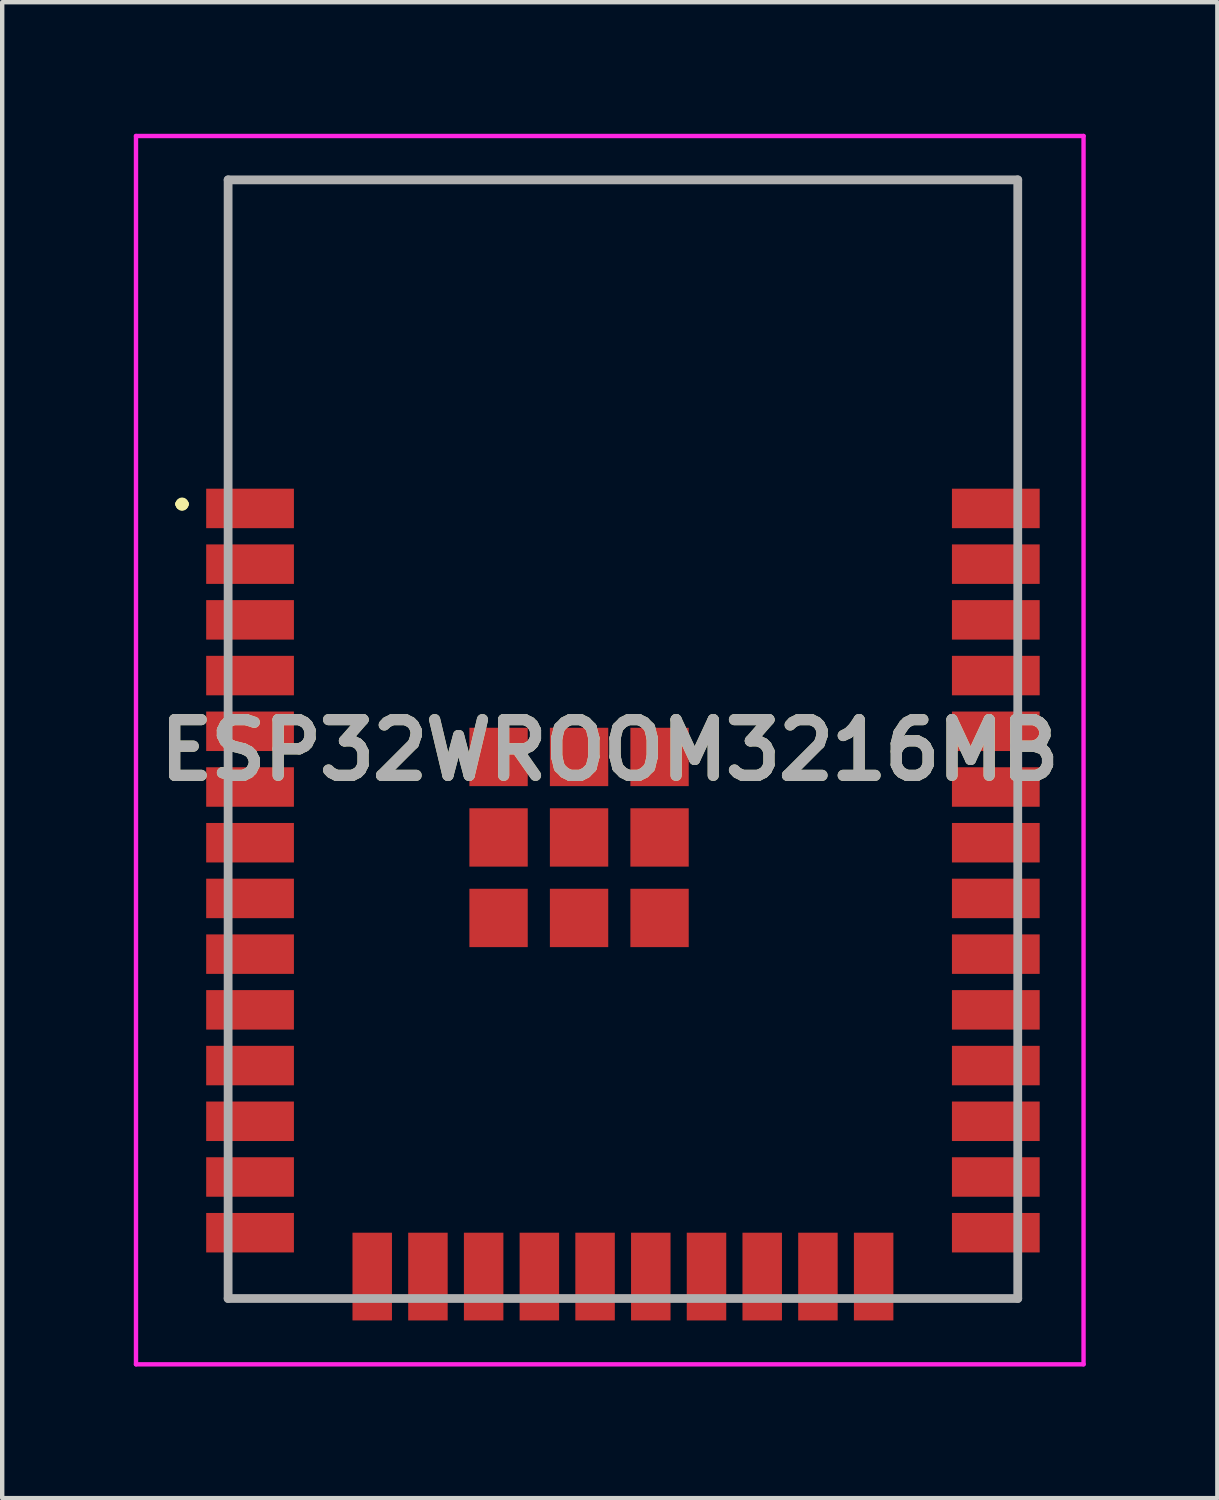
<source format=kicad_pcb>
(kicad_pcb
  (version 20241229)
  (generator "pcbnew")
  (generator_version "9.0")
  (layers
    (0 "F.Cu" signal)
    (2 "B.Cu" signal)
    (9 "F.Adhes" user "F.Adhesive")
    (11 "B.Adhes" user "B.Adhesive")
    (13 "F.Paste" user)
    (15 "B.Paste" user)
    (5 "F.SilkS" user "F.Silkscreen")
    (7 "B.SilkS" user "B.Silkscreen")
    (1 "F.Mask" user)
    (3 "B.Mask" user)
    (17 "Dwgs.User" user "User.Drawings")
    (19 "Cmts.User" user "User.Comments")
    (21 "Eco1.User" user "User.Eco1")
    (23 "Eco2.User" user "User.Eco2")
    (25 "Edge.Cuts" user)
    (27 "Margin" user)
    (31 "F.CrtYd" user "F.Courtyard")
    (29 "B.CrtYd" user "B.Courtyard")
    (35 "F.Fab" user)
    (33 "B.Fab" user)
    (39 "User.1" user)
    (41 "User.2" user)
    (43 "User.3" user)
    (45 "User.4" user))
  (footprint "ESP32WROOM3216MB"
    (layer "F.Cu")
    (at 11.15 13.8)
    (property "Reference" "ESP32WROOM3216MB" (at -0.3 0.25 0) (layer "F.SilkS") (effects (font (size 1.27 1.27) (thickness 0.254))))
    (attr smd)
    (fp_line (start -10.1 -5.36) (end -10.1 -5.36) (stroke (width 0.2) (type solid)) (layer "F.SilkS"))
    (fp_line (start -10.1 -5.36) (end -10.1 -5.36) (stroke (width 0.2) (type solid)) (layer "F.SilkS"))
    (fp_line (start -10 -5.36) (end -10 -5.36) (stroke (width 0.2) (type solid)) (layer "F.SilkS"))
    (fp_line (start -9 -12.75) (end -9 -12.75) (stroke (width 0.1) (type solid)) (layer "F.SilkS"))
    (fp_line (start -9 -12.75) (end -9 -12.75) (stroke (width 0.1) (type solid)) (layer "F.SilkS"))
    (fp_line (start -9 -12.75) (end -9 -6.25) (stroke (width 0.1) (type solid)) (layer "F.SilkS"))
    (fp_line (start -9 -12.75) (end 9 -12.75) (stroke (width 0.1) (type solid)) (layer "F.SilkS"))
    (fp_line (start -9 -6.25) (end -9 -12.75) (stroke (width 0.1) (type solid)) (layer "F.SilkS"))
    (fp_line (start -9 -6.25) (end -9 -6.25) (stroke (width 0.1) (type solid)) (layer "F.SilkS"))
    (fp_line (start -9 12.75) (end -9 12.75) (stroke (width 0.1) (type solid)) (layer "F.SilkS"))
    (fp_line (start -9 12.75) (end -6.75 12.75) (stroke (width 0.1) (type solid)) (layer "F.SilkS"))
    (fp_line (start -6.75 12.75) (end -9 12.75) (stroke (width 0.1) (type solid)) (layer "F.SilkS"))
    (fp_line (start -6.75 12.75) (end -6.75 12.75) (stroke (width 0.1) (type solid)) (layer "F.SilkS"))
    (fp_line (start 6.75 12.75) (end 6.75 12.75) (stroke (width 0.1) (type solid)) (layer "F.SilkS"))
    (fp_line (start 6.75 12.75) (end 9 12.75) (stroke (width 0.1) (type solid)) (layer "F.SilkS"))
    (fp_line (start 9 -12.75) (end -9 -12.75) (stroke (width 0.1) (type solid)) (layer "F.SilkS"))
    (fp_line (start 9 -12.75) (end 9 -12.75) (stroke (width 0.1) (type solid)) (layer "F.SilkS"))
    (fp_line (start 9 -12.75) (end 9 -12.75) (stroke (width 0.1) (type solid)) (layer "F.SilkS"))
    (fp_line (start 9 -12.75) (end 9 -6.5) (stroke (width 0.1) (type solid)) (layer "F.SilkS"))
    (fp_line (start 9 -6.5) (end 9 -12.75) (stroke (width 0.1) (type solid)) (layer "F.SilkS"))
    (fp_line (start 9 -6.5) (end 9 -6.5) (stroke (width 0.1) (type solid)) (layer "F.SilkS"))
    (fp_line (start 9 12.75) (end 6.75 12.75) (stroke (width 0.1) (type solid)) (layer "F.SilkS"))
    (fp_line (start 9 12.75) (end 9 12.75) (stroke (width 0.1) (type solid)) (layer "F.SilkS"))
    (fp_arc (start -10.1 -5.36) (mid -10.05 -5.41) (end -10 -5.36) (stroke (width 0.2) (type solid)) (layer "F.SilkS"))
    (fp_arc (start -10 -5.36) (mid -10.05 -5.31) (end -10.1 -5.36) (stroke (width 0.2) (type solid)) (layer "F.SilkS"))
    (fp_arc (start -10 -5.36) (mid -10.05 -5.31) (end -10.1 -5.36) (stroke (width 0.2) (type solid)) (layer "F.SilkS"))
    (fp_line (start -11.1 -13.75) (end 10.5 -13.75) (stroke (width 0.1) (type solid)) (layer "F.CrtYd"))
    (fp_line (start -11.1 14.25) (end -11.1 -13.75) (stroke (width 0.1) (type solid)) (layer "F.CrtYd"))
    (fp_line (start 10.5 -13.75) (end 10.5 14.25) (stroke (width 0.1) (type solid)) (layer "F.CrtYd"))
    (fp_line (start 10.5 14.25) (end -11.1 14.25) (stroke (width 0.1) (type solid)) (layer "F.CrtYd"))
    (fp_line (start -9 -12.75) (end -9 12.75) (stroke (width 0.2) (type solid)) (layer "F.Fab"))
    (fp_line (start -9 12.75) (end 9 12.75) (stroke (width 0.2) (type solid)) (layer "F.Fab"))
    (fp_line (start 9 -12.75) (end -9 -12.75) (stroke (width 0.2) (type solid)) (layer "F.Fab"))
    (fp_line (start 9 12.75) (end 9 -12.75) (stroke (width 0.2) (type solid)) (layer "F.Fab"))
    (fp_text user "${REFERENCE}" (at -0.3 0.25 0) (layer "F.Fab") (effects (font (size 1.27 1.27) (thickness 0.254))))
    (pad "1" smd rect (at -8.5 -5.26 90) (size 0.9 2) (layers "F.Cu" "F.Mask" "F.Paste"))
    (pad "2" smd rect (at -8.5 -3.99 90) (size 0.9 2) (layers "F.Cu" "F.Mask" "F.Paste"))
    (pad "3" smd rect (at -8.5 -2.72 90) (size 0.9 2) (layers "F.Cu" "F.Mask" "F.Paste"))
    (pad "4" smd rect (at -8.5 -1.45 90) (size 0.9 2) (layers "F.Cu" "F.Mask" "F.Paste"))
    (pad "5" smd rect (at -8.5 -0.18 90) (size 0.9 2) (layers "F.Cu" "F.Mask" "F.Paste"))
    (pad "6" smd rect (at -8.5 1.09 90) (size 0.9 2) (layers "F.Cu" "F.Mask" "F.Paste"))
    (pad "7" smd rect (at -8.5 2.36 90) (size 0.9 2) (layers "F.Cu" "F.Mask" "F.Paste"))
    (pad "8" smd rect (at -8.5 3.63 90) (size 0.9 2) (layers "F.Cu" "F.Mask" "F.Paste"))
    (pad "9" smd rect (at -8.5 4.9 90) (size 0.9 2) (layers "F.Cu" "F.Mask" "F.Paste"))
    (pad "10" smd rect (at -8.5 6.17 90) (size 0.9 2) (layers "F.Cu" "F.Mask" "F.Paste"))
    (pad "11" smd rect (at -8.5 7.44 90) (size 0.9 2) (layers "F.Cu" "F.Mask" "F.Paste"))
    (pad "12" smd rect (at -8.5 8.71 90) (size 0.9 2) (layers "F.Cu" "F.Mask" "F.Paste"))
    (pad "13" smd rect (at -8.5 9.98 90) (size 0.9 2) (layers "F.Cu" "F.Mask" "F.Paste"))
    (pad "14" smd rect (at -8.5 11.25 90) (size 0.9 2) (layers "F.Cu" "F.Mask" "F.Paste"))
    (pad "15" smd rect (at -5.715 12.25) (size 0.9 2) (layers "F.Cu" "F.Mask" "F.Paste"))
    (pad "16" smd rect (at -4.445 12.25) (size 0.9 2) (layers "F.Cu" "F.Mask" "F.Paste"))
    (pad "17" smd rect (at -3.175 12.25) (size 0.9 2) (layers "F.Cu" "F.Mask" "F.Paste"))
    (pad "18" smd rect (at -1.905 12.25) (size 0.9 2) (layers "F.Cu" "F.Mask" "F.Paste"))
    (pad "19" smd rect (at -0.635 12.25) (size 0.9 2) (layers "F.Cu" "F.Mask" "F.Paste"))
    (pad "20" smd rect (at 0.635 12.25) (size 0.9 2) (layers "F.Cu" "F.Mask" "F.Paste"))
    (pad "21" smd rect (at 1.905 12.25) (size 0.9 2) (layers "F.Cu" "F.Mask" "F.Paste"))
    (pad "22" smd rect (at 3.175 12.25) (size 0.9 2) (layers "F.Cu" "F.Mask" "F.Paste"))
    (pad "23" smd rect (at 4.445 12.25) (size 0.9 2) (layers "F.Cu" "F.Mask" "F.Paste"))
    (pad "24" smd rect (at 5.715 12.25) (size 0.9 2) (layers "F.Cu" "F.Mask" "F.Paste"))
    (pad "25" smd rect (at 8.5 11.25 90) (size 0.9 2) (layers "F.Cu" "F.Mask" "F.Paste"))
    (pad "26" smd rect (at 8.5 9.98 90) (size 0.9 2) (layers "F.Cu" "F.Mask" "F.Paste"))
    (pad "27" smd rect (at 8.5 8.71 90) (size 0.9 2) (layers "F.Cu" "F.Mask" "F.Paste"))
    (pad "28" smd rect (at 8.5 7.44 90) (size 0.9 2) (layers "F.Cu" "F.Mask" "F.Paste"))
    (pad "29" smd rect (at 8.5 6.17 90) (size 0.9 2) (layers "F.Cu" "F.Mask" "F.Paste"))
    (pad "30" smd rect (at 8.5 4.9 90) (size 0.9 2) (layers "F.Cu" "F.Mask" "F.Paste"))
    (pad "31" smd rect (at 8.5 3.63 90) (size 0.9 2) (layers "F.Cu" "F.Mask" "F.Paste"))
    (pad "32" smd rect (at 8.5 2.36 90) (size 0.9 2) (layers "F.Cu" "F.Mask" "F.Paste"))
    (pad "33" smd rect (at 8.5 1.09 90) (size 0.9 2) (layers "F.Cu" "F.Mask" "F.Paste"))
    (pad "34" smd rect (at 8.5 -0.18 90) (size 0.9 2) (layers "F.Cu" "F.Mask" "F.Paste"))
    (pad "35" smd rect (at 8.5 -1.45 90) (size 0.9 2) (layers "F.Cu" "F.Mask" "F.Paste"))
    (pad "36" smd rect (at 8.5 -2.72 90) (size 0.9 2) (layers "F.Cu" "F.Mask" "F.Paste"))
    (pad "37" smd rect (at 8.5 -3.99 90) (size 0.9 2) (layers "F.Cu" "F.Mask" "F.Paste"))
    (pad "38" smd rect (at 8.5 -5.26 90) (size 0.9 2) (layers "F.Cu" "F.Mask" "F.Paste"))
    (pad "39" smd rect (at -2.835 0.405) (size 1.33 1.33) (layers "F.Cu" "F.Mask" "F.Paste"))
    (pad "40" smd rect (at -1 0.405) (size 1.33 1.33) (layers "F.Cu" "F.Mask" "F.Paste"))
    (pad "41" smd rect (at 0.835 0.405) (size 1.33 1.33) (layers "F.Cu" "F.Mask" "F.Paste"))
    (pad "42" smd rect (at -2.835 2.24) (size 1.33 1.33) (layers "F.Cu" "F.Mask" "F.Paste"))
    (pad "43" smd rect (at -1 2.24) (size 1.33 1.33) (layers "F.Cu" "F.Mask" "F.Paste"))
    (pad "44" smd rect (at 0.835 2.24) (size 1.33 1.33) (layers "F.Cu" "F.Mask" "F.Paste"))
    (pad "45" smd rect (at -2.835 4.075) (size 1.33 1.33) (layers "F.Cu" "F.Mask" "F.Paste"))
    (pad "46" smd rect (at -1 4.075) (size 1.33 1.33) (layers "F.Cu" "F.Mask" "F.Paste"))
    (pad "47" smd rect (at 0.835 4.075) (size 1.33 1.33) (layers "F.Cu" "F.Mask" "F.Paste")))
  (gr_rect
    (start -3 -3)
    (end 24.7 31.1)
    (stroke (width 0.1) (type default))
    (fill no)
    (layer "Edge.Cuts")))
</source>
